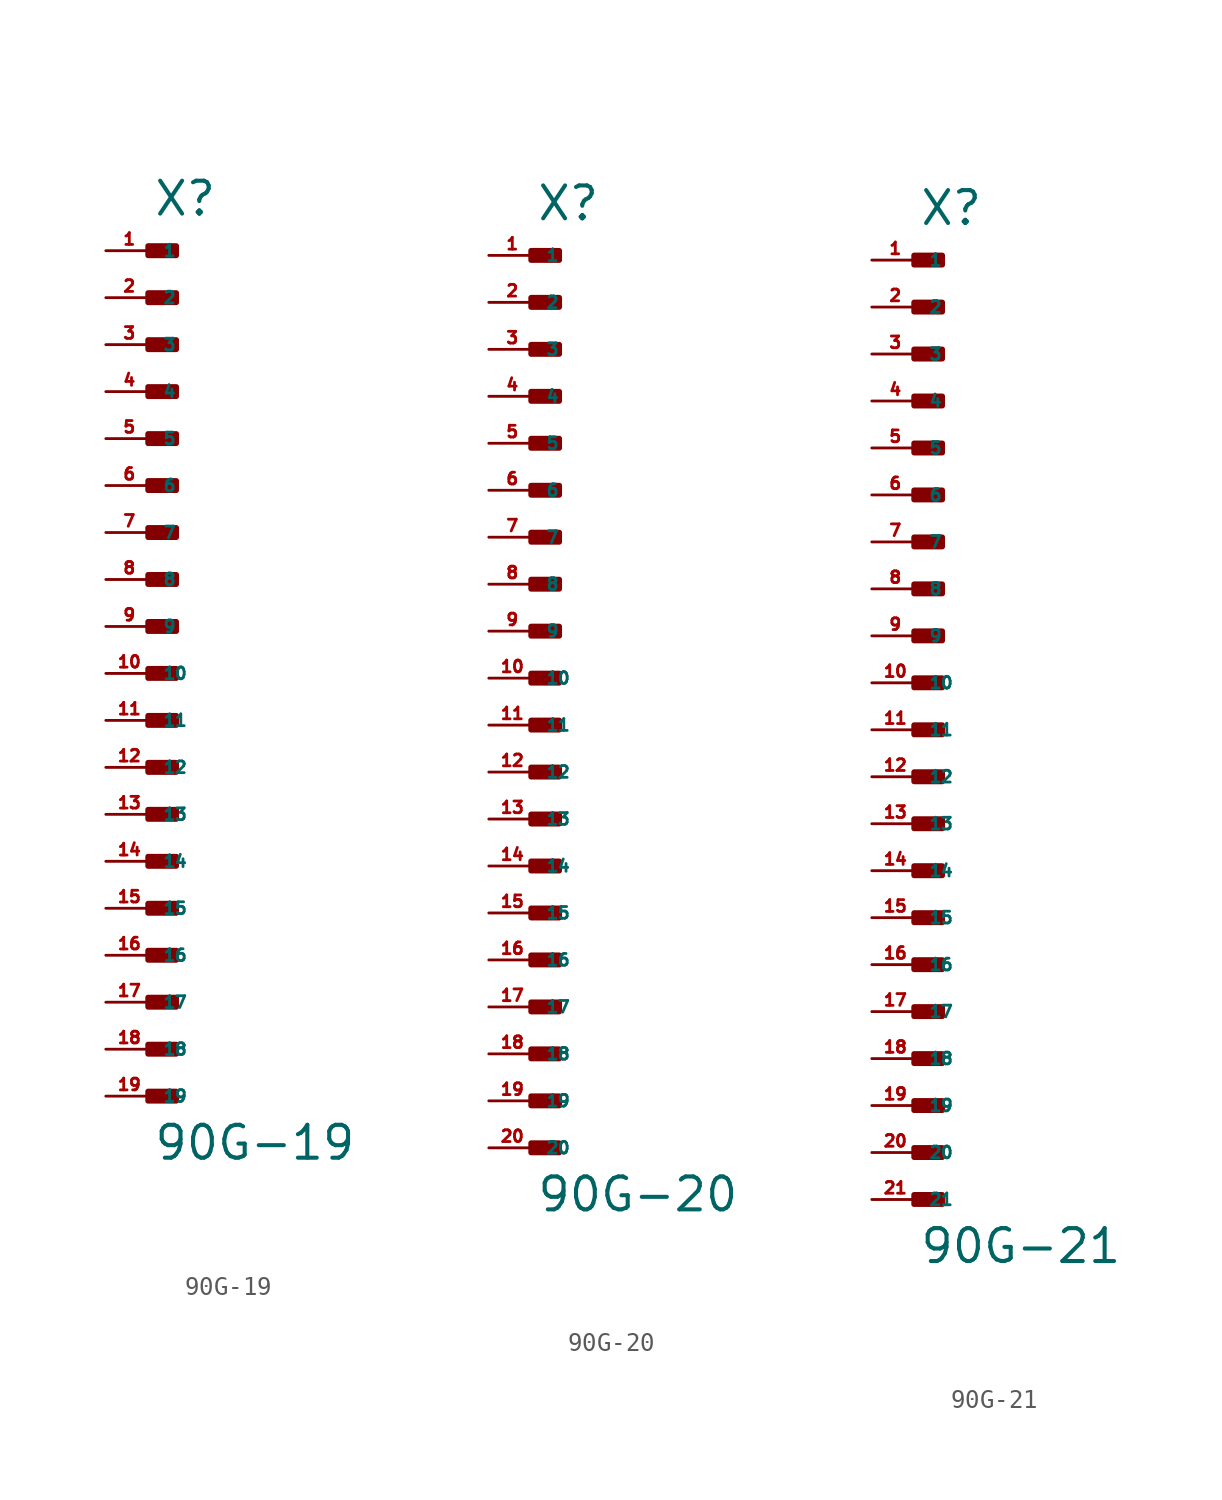
<source format=kicad_sym>
(kicad_symbol_lib
  (version 20220914)
  (generator Eagle2Kicad)
  (symbol "90G-19"
    (property "Reference" "X"
      (at 0 24.638 0)
      (effects (font (size 1.778 1.778) (thickness 0.22)) (justify left bottom)))
    (property "Value" "90G-19"
      (at 0 -26.416 0)
      (effects (font (size 1.778 1.778) (thickness 0.22)) (justify left bottom)))
    (rectangle
      (start -0.254 22.606)
      (end 1.27 23.114)
      (stroke (width 0.3) (type default))
      (fill (type outline)))
    (rectangle
      (start -0.254 20.066)
      (end 1.27 20.574)
      (stroke (width 0.3) (type default))
      (fill (type outline)))
    (rectangle
      (start -0.254 17.526)
      (end 1.27 18.034)
      (stroke (width 0.3) (type default))
      (fill (type outline)))
    (rectangle
      (start -0.254 14.986)
      (end 1.27 15.494)
      (stroke (width 0.3) (type default))
      (fill (type outline)))
    (rectangle
      (start -0.254 12.446)
      (end 1.27 12.954)
      (stroke (width 0.3) (type default))
      (fill (type outline)))
    (rectangle
      (start -0.254 9.906)
      (end 1.27 10.414)
      (stroke (width 0.3) (type default))
      (fill (type outline)))
    (rectangle
      (start -0.254 7.366)
      (end 1.27 7.874)
      (stroke (width 0.3) (type default))
      (fill (type outline)))
    (rectangle
      (start -0.254 4.826)
      (end 1.27 5.334)
      (stroke (width 0.3) (type default))
      (fill (type outline)))
    (rectangle
      (start -0.254 2.286)
      (end 1.27 2.794)
      (stroke (width 0.3) (type default))
      (fill (type outline)))
    (rectangle
      (start -0.254 -0.254)
      (end 1.27 0.254)
      (stroke (width 0.3) (type default))
      (fill (type outline)))
    (rectangle
      (start -0.254 -2.794)
      (end 1.27 -2.286)
      (stroke (width 0.3) (type default))
      (fill (type outline)))
    (rectangle
      (start -0.254 -5.334)
      (end 1.27 -4.826)
      (stroke (width 0.3) (type default))
      (fill (type outline)))
    (rectangle
      (start -0.254 -7.874)
      (end 1.27 -7.366)
      (stroke (width 0.3) (type default))
      (fill (type outline)))
    (rectangle
      (start -0.254 -10.414)
      (end 1.27 -9.906)
      (stroke (width 0.3) (type default))
      (fill (type outline)))
    (rectangle
      (start -0.254 -12.954)
      (end 1.27 -12.446)
      (stroke (width 0.3) (type default))
      (fill (type outline)))
    (rectangle
      (start -0.254 -15.494)
      (end 1.27 -14.986)
      (stroke (width 0.3) (type default))
      (fill (type outline)))
    (rectangle
      (start -0.254 -18.034)
      (end 1.27 -17.526)
      (stroke (width 0.3) (type default))
      (fill (type outline)))
    (rectangle
      (start -0.254 -20.574)
      (end 1.27 -20.066)
      (stroke (width 0.3) (type default))
      (fill (type outline)))
    (rectangle
      (start -0.254 -23.114)
      (end 1.27 -22.606)
      (stroke (width 0.3) (type default))
      (fill (type outline)))
    (pin passive line
      (at -2.54 22.86 0)
      (length 2.54)
      (name "1" (effects (font (size 0.635 0.635) (thickness 0.08)) (justify left bottom)))
      (number "1" (effects (font (size 0.635 0.635) (thickness 0.08)) (justify left bottom))))
    (pin passive line
      (at -2.54 20.32 0)
      (length 2.54)
      (name "2" (effects (font (size 0.635 0.635) (thickness 0.08)) (justify left bottom)))
      (number "2" (effects (font (size 0.635 0.635) (thickness 0.08)) (justify left bottom))))
    (pin passive line
      (at -2.54 17.78 0)
      (length 2.54)
      (name "3" (effects (font (size 0.635 0.635) (thickness 0.08)) (justify left bottom)))
      (number "3" (effects (font (size 0.635 0.635) (thickness 0.08)) (justify left bottom))))
    (pin passive line
      (at -2.54 15.24 0)
      (length 2.54)
      (name "4" (effects (font (size 0.635 0.635) (thickness 0.08)) (justify left bottom)))
      (number "4" (effects (font (size 0.635 0.635) (thickness 0.08)) (justify left bottom))))
    (pin passive line
      (at -2.54 12.7 0)
      (length 2.54)
      (name "5" (effects (font (size 0.635 0.635) (thickness 0.08)) (justify left bottom)))
      (number "5" (effects (font (size 0.635 0.635) (thickness 0.08)) (justify left bottom))))
    (pin passive line
      (at -2.54 10.16 0)
      (length 2.54)
      (name "6" (effects (font (size 0.635 0.635) (thickness 0.08)) (justify left bottom)))
      (number "6" (effects (font (size 0.635 0.635) (thickness 0.08)) (justify left bottom))))
    (pin passive line
      (at -2.54 7.62 0)
      (length 2.54)
      (name "7" (effects (font (size 0.635 0.635) (thickness 0.08)) (justify left bottom)))
      (number "7" (effects (font (size 0.635 0.635) (thickness 0.08)) (justify left bottom))))
    (pin passive line
      (at -2.54 5.08 0)
      (length 2.54)
      (name "8" (effects (font (size 0.635 0.635) (thickness 0.08)) (justify left bottom)))
      (number "8" (effects (font (size 0.635 0.635) (thickness 0.08)) (justify left bottom))))
    (pin passive line
      (at -2.54 2.54 0)
      (length 2.54)
      (name "9" (effects (font (size 0.635 0.635) (thickness 0.08)) (justify left bottom)))
      (number "9" (effects (font (size 0.635 0.635) (thickness 0.08)) (justify left bottom))))
    (pin passive line
      (at -2.54 0 0)
      (length 2.54)
      (name "10" (effects (font (size 0.635 0.635) (thickness 0.08)) (justify left bottom)))
      (number "10" (effects (font (size 0.635 0.635) (thickness 0.08)) (justify left bottom))))
    (pin passive line
      (at -2.54 -2.54 0)
      (length 2.54)
      (name "11" (effects (font (size 0.635 0.635) (thickness 0.08)) (justify left bottom)))
      (number "11" (effects (font (size 0.635 0.635) (thickness 0.08)) (justify left bottom))))
    (pin passive line
      (at -2.54 -5.08 0)
      (length 2.54)
      (name "12" (effects (font (size 0.635 0.635) (thickness 0.08)) (justify left bottom)))
      (number "12" (effects (font (size 0.635 0.635) (thickness 0.08)) (justify left bottom))))
    (pin passive line
      (at -2.54 -7.62 0)
      (length 2.54)
      (name "13" (effects (font (size 0.635 0.635) (thickness 0.08)) (justify left bottom)))
      (number "13" (effects (font (size 0.635 0.635) (thickness 0.08)) (justify left bottom))))
    (pin passive line
      (at -2.54 -10.16 0)
      (length 2.54)
      (name "14" (effects (font (size 0.635 0.635) (thickness 0.08)) (justify left bottom)))
      (number "14" (effects (font (size 0.635 0.635) (thickness 0.08)) (justify left bottom))))
    (pin passive line
      (at -2.54 -12.7 0)
      (length 2.54)
      (name "15" (effects (font (size 0.635 0.635) (thickness 0.08)) (justify left bottom)))
      (number "15" (effects (font (size 0.635 0.635) (thickness 0.08)) (justify left bottom))))
    (pin passive line
      (at -2.54 -15.24 0)
      (length 2.54)
      (name "16" (effects (font (size 0.635 0.635) (thickness 0.08)) (justify left bottom)))
      (number "16" (effects (font (size 0.635 0.635) (thickness 0.08)) (justify left bottom))))
    (pin passive line
      (at -2.54 -17.78 0)
      (length 2.54)
      (name "17" (effects (font (size 0.635 0.635) (thickness 0.08)) (justify left bottom)))
      (number "17" (effects (font (size 0.635 0.635) (thickness 0.08)) (justify left bottom))))
    (pin passive line
      (at -2.54 -20.32 0)
      (length 2.54)
      (name "18" (effects (font (size 0.635 0.635) (thickness 0.08)) (justify left bottom)))
      (number "18" (effects (font (size 0.635 0.635) (thickness 0.08)) (justify left bottom))))
    (pin passive line
      (at -2.54 -22.86 0)
      (length 2.54)
      (name "19" (effects (font (size 0.635 0.635) (thickness 0.08)) (justify left bottom)))
      (number "19" (effects (font (size 0.635 0.635) (thickness 0.08)) (justify left bottom)))))
  (symbol "90G-20"
    (property "Reference" "X"
      (at 0 24.638 0)
      (effects (font (size 1.778 1.778) (thickness 0.22)) (justify left bottom)))
    (property "Value" "90G-20"
      (at 0 -28.956 0)
      (effects (font (size 1.778 1.778) (thickness 0.22)) (justify left bottom)))
    (rectangle
      (start -0.254 22.606)
      (end 1.27 23.114)
      (stroke (width 0.3) (type default))
      (fill (type outline)))
    (rectangle
      (start -0.254 20.066)
      (end 1.27 20.574)
      (stroke (width 0.3) (type default))
      (fill (type outline)))
    (rectangle
      (start -0.254 17.526)
      (end 1.27 18.034)
      (stroke (width 0.3) (type default))
      (fill (type outline)))
    (rectangle
      (start -0.254 14.986)
      (end 1.27 15.494)
      (stroke (width 0.3) (type default))
      (fill (type outline)))
    (rectangle
      (start -0.254 12.446)
      (end 1.27 12.954)
      (stroke (width 0.3) (type default))
      (fill (type outline)))
    (rectangle
      (start -0.254 9.906)
      (end 1.27 10.414)
      (stroke (width 0.3) (type default))
      (fill (type outline)))
    (rectangle
      (start -0.254 7.366)
      (end 1.27 7.874)
      (stroke (width 0.3) (type default))
      (fill (type outline)))
    (rectangle
      (start -0.254 4.826)
      (end 1.27 5.334)
      (stroke (width 0.3) (type default))
      (fill (type outline)))
    (rectangle
      (start -0.254 2.286)
      (end 1.27 2.794)
      (stroke (width 0.3) (type default))
      (fill (type outline)))
    (rectangle
      (start -0.254 -0.254)
      (end 1.27 0.254)
      (stroke (width 0.3) (type default))
      (fill (type outline)))
    (rectangle
      (start -0.254 -2.794)
      (end 1.27 -2.286)
      (stroke (width 0.3) (type default))
      (fill (type outline)))
    (rectangle
      (start -0.254 -5.334)
      (end 1.27 -4.826)
      (stroke (width 0.3) (type default))
      (fill (type outline)))
    (rectangle
      (start -0.254 -7.874)
      (end 1.27 -7.366)
      (stroke (width 0.3) (type default))
      (fill (type outline)))
    (rectangle
      (start -0.254 -10.414)
      (end 1.27 -9.906)
      (stroke (width 0.3) (type default))
      (fill (type outline)))
    (rectangle
      (start -0.254 -12.954)
      (end 1.27 -12.446)
      (stroke (width 0.3) (type default))
      (fill (type outline)))
    (rectangle
      (start -0.254 -15.494)
      (end 1.27 -14.986)
      (stroke (width 0.3) (type default))
      (fill (type outline)))
    (rectangle
      (start -0.254 -18.034)
      (end 1.27 -17.526)
      (stroke (width 0.3) (type default))
      (fill (type outline)))
    (rectangle
      (start -0.254 -20.574)
      (end 1.27 -20.066)
      (stroke (width 0.3) (type default))
      (fill (type outline)))
    (rectangle
      (start -0.254 -23.114)
      (end 1.27 -22.606)
      (stroke (width 0.3) (type default))
      (fill (type outline)))
    (rectangle
      (start -0.254 -25.654)
      (end 1.27 -25.146)
      (stroke (width 0.3) (type default))
      (fill (type outline)))
    (pin passive line
      (at -2.54 22.86 0)
      (length 2.54)
      (name "1" (effects (font (size 0.635 0.635) (thickness 0.08)) (justify left bottom)))
      (number "1" (effects (font (size 0.635 0.635) (thickness 0.08)) (justify left bottom))))
    (pin passive line
      (at -2.54 20.32 0)
      (length 2.54)
      (name "2" (effects (font (size 0.635 0.635) (thickness 0.08)) (justify left bottom)))
      (number "2" (effects (font (size 0.635 0.635) (thickness 0.08)) (justify left bottom))))
    (pin passive line
      (at -2.54 17.78 0)
      (length 2.54)
      (name "3" (effects (font (size 0.635 0.635) (thickness 0.08)) (justify left bottom)))
      (number "3" (effects (font (size 0.635 0.635) (thickness 0.08)) (justify left bottom))))
    (pin passive line
      (at -2.54 15.24 0)
      (length 2.54)
      (name "4" (effects (font (size 0.635 0.635) (thickness 0.08)) (justify left bottom)))
      (number "4" (effects (font (size 0.635 0.635) (thickness 0.08)) (justify left bottom))))
    (pin passive line
      (at -2.54 12.7 0)
      (length 2.54)
      (name "5" (effects (font (size 0.635 0.635) (thickness 0.08)) (justify left bottom)))
      (number "5" (effects (font (size 0.635 0.635) (thickness 0.08)) (justify left bottom))))
    (pin passive line
      (at -2.54 10.16 0)
      (length 2.54)
      (name "6" (effects (font (size 0.635 0.635) (thickness 0.08)) (justify left bottom)))
      (number "6" (effects (font (size 0.635 0.635) (thickness 0.08)) (justify left bottom))))
    (pin passive line
      (at -2.54 7.62 0)
      (length 2.54)
      (name "7" (effects (font (size 0.635 0.635) (thickness 0.08)) (justify left bottom)))
      (number "7" (effects (font (size 0.635 0.635) (thickness 0.08)) (justify left bottom))))
    (pin passive line
      (at -2.54 5.08 0)
      (length 2.54)
      (name "8" (effects (font (size 0.635 0.635) (thickness 0.08)) (justify left bottom)))
      (number "8" (effects (font (size 0.635 0.635) (thickness 0.08)) (justify left bottom))))
    (pin passive line
      (at -2.54 2.54 0)
      (length 2.54)
      (name "9" (effects (font (size 0.635 0.635) (thickness 0.08)) (justify left bottom)))
      (number "9" (effects (font (size 0.635 0.635) (thickness 0.08)) (justify left bottom))))
    (pin passive line
      (at -2.54 0 0)
      (length 2.54)
      (name "10" (effects (font (size 0.635 0.635) (thickness 0.08)) (justify left bottom)))
      (number "10" (effects (font (size 0.635 0.635) (thickness 0.08)) (justify left bottom))))
    (pin passive line
      (at -2.54 -2.54 0)
      (length 2.54)
      (name "11" (effects (font (size 0.635 0.635) (thickness 0.08)) (justify left bottom)))
      (number "11" (effects (font (size 0.635 0.635) (thickness 0.08)) (justify left bottom))))
    (pin passive line
      (at -2.54 -5.08 0)
      (length 2.54)
      (name "12" (effects (font (size 0.635 0.635) (thickness 0.08)) (justify left bottom)))
      (number "12" (effects (font (size 0.635 0.635) (thickness 0.08)) (justify left bottom))))
    (pin passive line
      (at -2.54 -7.62 0)
      (length 2.54)
      (name "13" (effects (font (size 0.635 0.635) (thickness 0.08)) (justify left bottom)))
      (number "13" (effects (font (size 0.635 0.635) (thickness 0.08)) (justify left bottom))))
    (pin passive line
      (at -2.54 -10.16 0)
      (length 2.54)
      (name "14" (effects (font (size 0.635 0.635) (thickness 0.08)) (justify left bottom)))
      (number "14" (effects (font (size 0.635 0.635) (thickness 0.08)) (justify left bottom))))
    (pin passive line
      (at -2.54 -12.7 0)
      (length 2.54)
      (name "15" (effects (font (size 0.635 0.635) (thickness 0.08)) (justify left bottom)))
      (number "15" (effects (font (size 0.635 0.635) (thickness 0.08)) (justify left bottom))))
    (pin passive line
      (at -2.54 -15.24 0)
      (length 2.54)
      (name "16" (effects (font (size 0.635 0.635) (thickness 0.08)) (justify left bottom)))
      (number "16" (effects (font (size 0.635 0.635) (thickness 0.08)) (justify left bottom))))
    (pin passive line
      (at -2.54 -17.78 0)
      (length 2.54)
      (name "17" (effects (font (size 0.635 0.635) (thickness 0.08)) (justify left bottom)))
      (number "17" (effects (font (size 0.635 0.635) (thickness 0.08)) (justify left bottom))))
    (pin passive line
      (at -2.54 -20.32 0)
      (length 2.54)
      (name "18" (effects (font (size 0.635 0.635) (thickness 0.08)) (justify left bottom)))
      (number "18" (effects (font (size 0.635 0.635) (thickness 0.08)) (justify left bottom))))
    (pin passive line
      (at -2.54 -22.86 0)
      (length 2.54)
      (name "19" (effects (font (size 0.635 0.635) (thickness 0.08)) (justify left bottom)))
      (number "19" (effects (font (size 0.635 0.635) (thickness 0.08)) (justify left bottom))))
    (pin passive line
      (at -2.54 -25.4 0)
      (length 2.54)
      (name "20" (effects (font (size 0.635 0.635) (thickness 0.08)) (justify left bottom)))
      (number "20" (effects (font (size 0.635 0.635) (thickness 0.08)) (justify left bottom)))))
  (symbol "90G-21"
    (property "Reference" "X"
      (at 0 27.178 0)
      (effects (font (size 1.778 1.778) (thickness 0.22)) (justify left bottom)))
    (property "Value" "90G-21"
      (at 0 -28.956 0)
      (effects (font (size 1.778 1.778) (thickness 0.22)) (justify left bottom)))
    (rectangle
      (start -0.254 25.146)
      (end 1.27 25.654)
      (stroke (width 0.3) (type default))
      (fill (type outline)))
    (rectangle
      (start -0.254 22.606)
      (end 1.27 23.114)
      (stroke (width 0.3) (type default))
      (fill (type outline)))
    (rectangle
      (start -0.254 20.066)
      (end 1.27 20.574)
      (stroke (width 0.3) (type default))
      (fill (type outline)))
    (rectangle
      (start -0.254 17.526)
      (end 1.27 18.034)
      (stroke (width 0.3) (type default))
      (fill (type outline)))
    (rectangle
      (start -0.254 14.986)
      (end 1.27 15.494)
      (stroke (width 0.3) (type default))
      (fill (type outline)))
    (rectangle
      (start -0.254 12.446)
      (end 1.27 12.954)
      (stroke (width 0.3) (type default))
      (fill (type outline)))
    (rectangle
      (start -0.254 9.906)
      (end 1.27 10.414)
      (stroke (width 0.3) (type default))
      (fill (type outline)))
    (rectangle
      (start -0.254 7.366)
      (end 1.27 7.874)
      (stroke (width 0.3) (type default))
      (fill (type outline)))
    (rectangle
      (start -0.254 4.826)
      (end 1.27 5.334)
      (stroke (width 0.3) (type default))
      (fill (type outline)))
    (rectangle
      (start -0.254 2.286)
      (end 1.27 2.794)
      (stroke (width 0.3) (type default))
      (fill (type outline)))
    (rectangle
      (start -0.254 -0.254)
      (end 1.27 0.254)
      (stroke (width 0.3) (type default))
      (fill (type outline)))
    (rectangle
      (start -0.254 -2.794)
      (end 1.27 -2.286)
      (stroke (width 0.3) (type default))
      (fill (type outline)))
    (rectangle
      (start -0.254 -5.334)
      (end 1.27 -4.826)
      (stroke (width 0.3) (type default))
      (fill (type outline)))
    (rectangle
      (start -0.254 -7.874)
      (end 1.27 -7.366)
      (stroke (width 0.3) (type default))
      (fill (type outline)))
    (rectangle
      (start -0.254 -10.414)
      (end 1.27 -9.906)
      (stroke (width 0.3) (type default))
      (fill (type outline)))
    (rectangle
      (start -0.254 -12.954)
      (end 1.27 -12.446)
      (stroke (width 0.3) (type default))
      (fill (type outline)))
    (rectangle
      (start -0.254 -15.494)
      (end 1.27 -14.986)
      (stroke (width 0.3) (type default))
      (fill (type outline)))
    (rectangle
      (start -0.254 -18.034)
      (end 1.27 -17.526)
      (stroke (width 0.3) (type default))
      (fill (type outline)))
    (rectangle
      (start -0.254 -20.574)
      (end 1.27 -20.066)
      (stroke (width 0.3) (type default))
      (fill (type outline)))
    (rectangle
      (start -0.254 -23.114)
      (end 1.27 -22.606)
      (stroke (width 0.3) (type default))
      (fill (type outline)))
    (rectangle
      (start -0.254 -25.654)
      (end 1.27 -25.146)
      (stroke (width 0.3) (type default))
      (fill (type outline)))
    (pin passive line
      (at -2.54 25.4 0)
      (length 2.54)
      (name "1" (effects (font (size 0.635 0.635) (thickness 0.08)) (justify left bottom)))
      (number "1" (effects (font (size 0.635 0.635) (thickness 0.08)) (justify left bottom))))
    (pin passive line
      (at -2.54 22.86 0)
      (length 2.54)
      (name "2" (effects (font (size 0.635 0.635) (thickness 0.08)) (justify left bottom)))
      (number "2" (effects (font (size 0.635 0.635) (thickness 0.08)) (justify left bottom))))
    (pin passive line
      (at -2.54 20.32 0)
      (length 2.54)
      (name "3" (effects (font (size 0.635 0.635) (thickness 0.08)) (justify left bottom)))
      (number "3" (effects (font (size 0.635 0.635) (thickness 0.08)) (justify left bottom))))
    (pin passive line
      (at -2.54 17.78 0)
      (length 2.54)
      (name "4" (effects (font (size 0.635 0.635) (thickness 0.08)) (justify left bottom)))
      (number "4" (effects (font (size 0.635 0.635) (thickness 0.08)) (justify left bottom))))
    (pin passive line
      (at -2.54 15.24 0)
      (length 2.54)
      (name "5" (effects (font (size 0.635 0.635) (thickness 0.08)) (justify left bottom)))
      (number "5" (effects (font (size 0.635 0.635) (thickness 0.08)) (justify left bottom))))
    (pin passive line
      (at -2.54 12.7 0)
      (length 2.54)
      (name "6" (effects (font (size 0.635 0.635) (thickness 0.08)) (justify left bottom)))
      (number "6" (effects (font (size 0.635 0.635) (thickness 0.08)) (justify left bottom))))
    (pin passive line
      (at -2.54 10.16 0)
      (length 2.54)
      (name "7" (effects (font (size 0.635 0.635) (thickness 0.08)) (justify left bottom)))
      (number "7" (effects (font (size 0.635 0.635) (thickness 0.08)) (justify left bottom))))
    (pin passive line
      (at -2.54 7.62 0)
      (length 2.54)
      (name "8" (effects (font (size 0.635 0.635) (thickness 0.08)) (justify left bottom)))
      (number "8" (effects (font (size 0.635 0.635) (thickness 0.08)) (justify left bottom))))
    (pin passive line
      (at -2.54 5.08 0)
      (length 2.54)
      (name "9" (effects (font (size 0.635 0.635) (thickness 0.08)) (justify left bottom)))
      (number "9" (effects (font (size 0.635 0.635) (thickness 0.08)) (justify left bottom))))
    (pin passive line
      (at -2.54 2.54 0)
      (length 2.54)
      (name "10" (effects (font (size 0.635 0.635) (thickness 0.08)) (justify left bottom)))
      (number "10" (effects (font (size 0.635 0.635) (thickness 0.08)) (justify left bottom))))
    (pin passive line
      (at -2.54 0 0)
      (length 2.54)
      (name "11" (effects (font (size 0.635 0.635) (thickness 0.08)) (justify left bottom)))
      (number "11" (effects (font (size 0.635 0.635) (thickness 0.08)) (justify left bottom))))
    (pin passive line
      (at -2.54 -2.54 0)
      (length 2.54)
      (name "12" (effects (font (size 0.635 0.635) (thickness 0.08)) (justify left bottom)))
      (number "12" (effects (font (size 0.635 0.635) (thickness 0.08)) (justify left bottom))))
    (pin passive line
      (at -2.54 -5.08 0)
      (length 2.54)
      (name "13" (effects (font (size 0.635 0.635) (thickness 0.08)) (justify left bottom)))
      (number "13" (effects (font (size 0.635 0.635) (thickness 0.08)) (justify left bottom))))
    (pin passive line
      (at -2.54 -7.62 0)
      (length 2.54)
      (name "14" (effects (font (size 0.635 0.635) (thickness 0.08)) (justify left bottom)))
      (number "14" (effects (font (size 0.635 0.635) (thickness 0.08)) (justify left bottom))))
    (pin passive line
      (at -2.54 -10.16 0)
      (length 2.54)
      (name "15" (effects (font (size 0.635 0.635) (thickness 0.08)) (justify left bottom)))
      (number "15" (effects (font (size 0.635 0.635) (thickness 0.08)) (justify left bottom))))
    (pin passive line
      (at -2.54 -12.7 0)
      (length 2.54)
      (name "16" (effects (font (size 0.635 0.635) (thickness 0.08)) (justify left bottom)))
      (number "16" (effects (font (size 0.635 0.635) (thickness 0.08)) (justify left bottom))))
    (pin passive line
      (at -2.54 -15.24 0)
      (length 2.54)
      (name "17" (effects (font (size 0.635 0.635) (thickness 0.08)) (justify left bottom)))
      (number "17" (effects (font (size 0.635 0.635) (thickness 0.08)) (justify left bottom))))
    (pin passive line
      (at -2.54 -17.78 0)
      (length 2.54)
      (name "18" (effects (font (size 0.635 0.635) (thickness 0.08)) (justify left bottom)))
      (number "18" (effects (font (size 0.635 0.635) (thickness 0.08)) (justify left bottom))))
    (pin passive line
      (at -2.54 -20.32 0)
      (length 2.54)
      (name "19" (effects (font (size 0.635 0.635) (thickness 0.08)) (justify left bottom)))
      (number "19" (effects (font (size 0.635 0.635) (thickness 0.08)) (justify left bottom))))
    (pin passive line
      (at -2.54 -22.86 0)
      (length 2.54)
      (name "20" (effects (font (size 0.635 0.635) (thickness 0.08)) (justify left bottom)))
      (number "20" (effects (font (size 0.635 0.635) (thickness 0.08)) (justify left bottom))))
    (pin passive line
      (at -2.54 -25.4 0)
      (length 2.54)
      (name "21" (effects (font (size 0.635 0.635) (thickness 0.08)) (justify left bottom)))
      (number "21" (effects (font (size 0.635 0.635) (thickness 0.08)) (justify left bottom))))))
</source>
